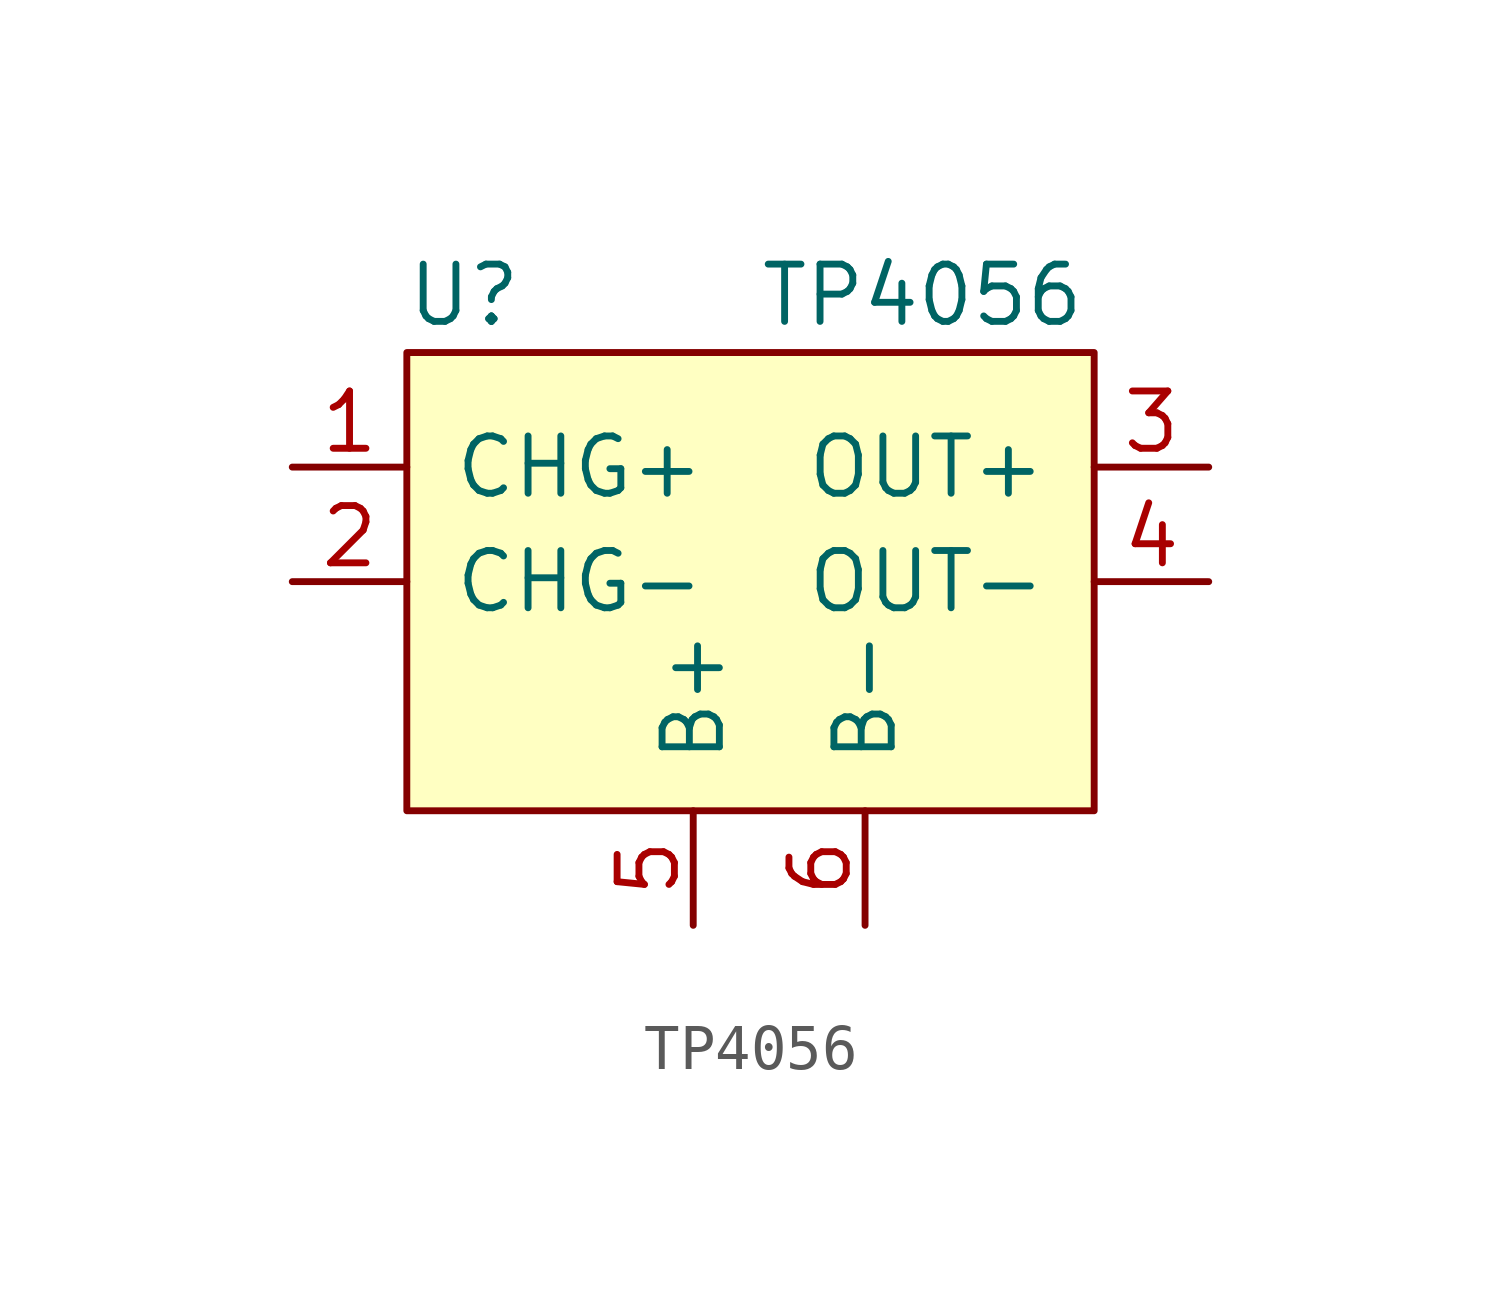
<source format=kicad_sym>
(kicad_symbol_lib
  (version 20231120)
  (generator "kicad_symbol_editor")
  (generator_version "8.0")
  (symbol "TP4056"
    (pin_names
      (offset 1.016))
    (property "Reference" "U"
      (at -6.35 0 0)
      (effects (font (size 1.27 1.27))))
    (property "Value" "TP4056"
      (at 3.81 0 0)
      (effects (font (size 1.27 1.27))))
    (symbol "TP4056_0_1"
      (rectangle (start -7.62 -1.27) (end 7.62 -11.43) (stroke (width 0) (type solid)) (fill (type background))))
    (symbol "TP4056_1_1"
      (pin power_in line (at -10.16 -3.81 0) (length 2.54) (name "CHG+" (effects (font (size 1.27 1.27)))) (number "1" (effects (font (size 1.27 1.27)))))
      (pin power_in line (at -10.16 -6.35 0) (length 2.54) (name "CHG-" (effects (font (size 1.27 1.27)))) (number "2" (effects (font (size 1.27 1.27)))))
      (pin power_out line (at 10.16 -3.81 180) (length 2.54) (name "OUT+" (effects (font (size 1.27 1.27)))) (number "3" (effects (font (size 1.27 1.27)))))
      (pin power_out line (at 10.16 -6.35 180) (length 2.54) (name "OUT-" (effects (font (size 1.27 1.27)))) (number "4" (effects (font (size 1.27 1.27)))))
      (pin power_in line (at -1.27 -13.97 90) (length 2.54) (name "B+" (effects (font (size 1.27 1.27)))) (number "5" (effects (font (size 1.27 1.27)))))
      (pin power_in line (at 2.54 -13.97 90) (length 2.54) (name "B-" (effects (font (size 1.27 1.27)))) (number "6" (effects (font (size 1.27 1.27))))))))
</source>
